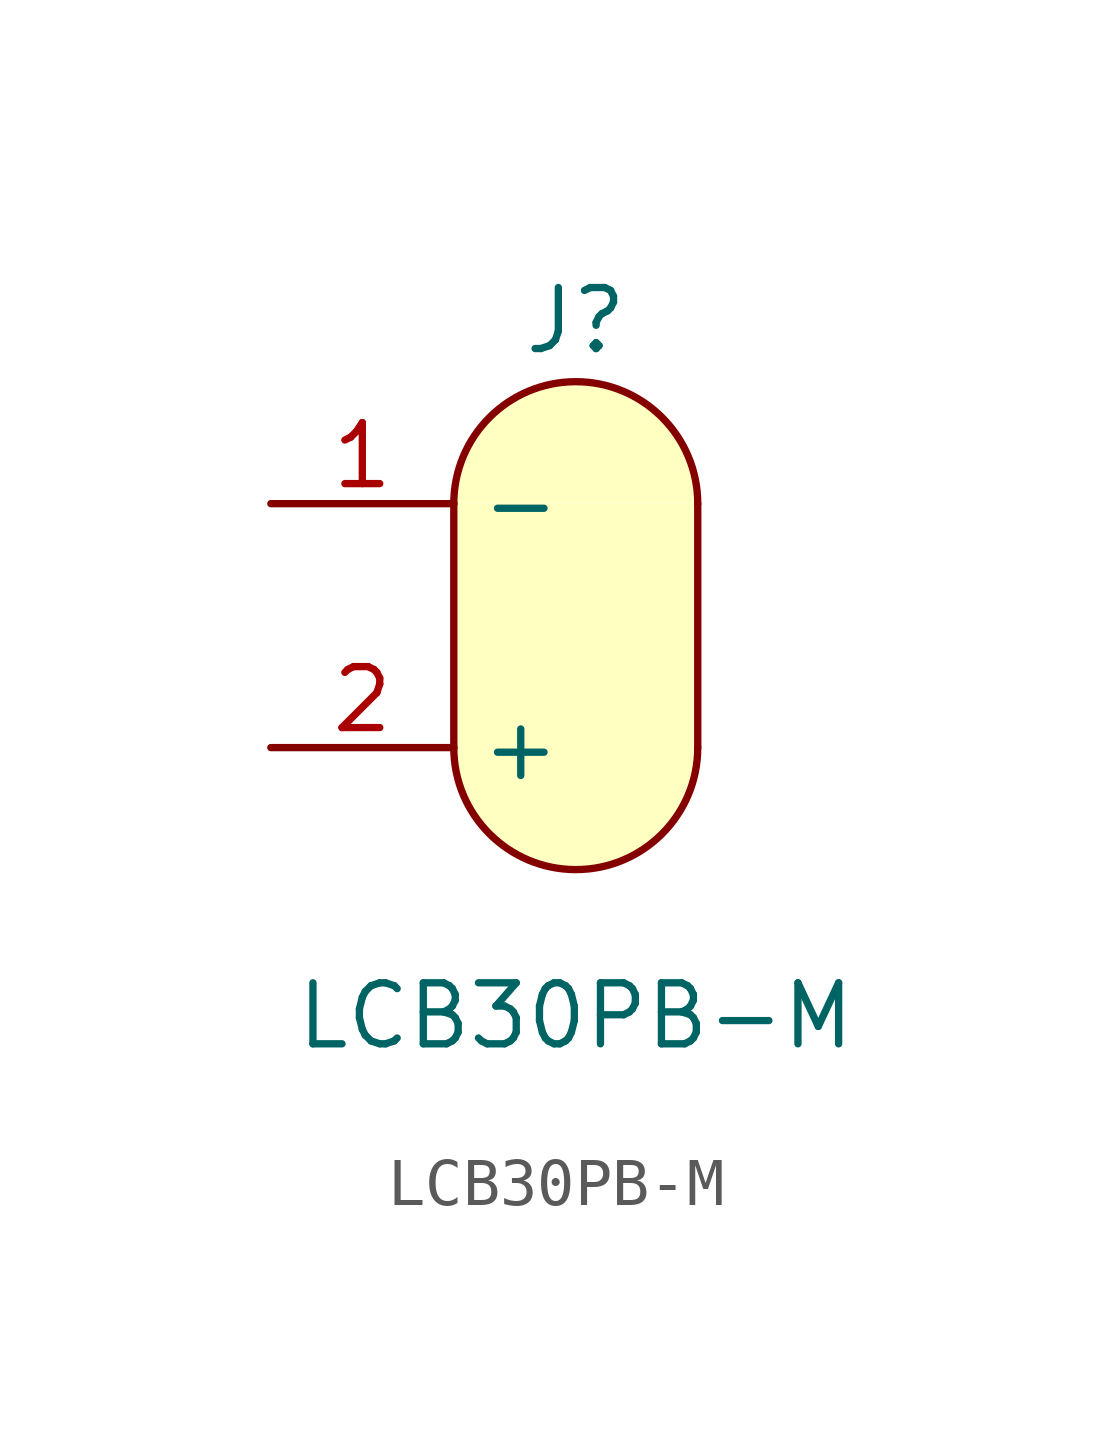
<source format=kicad_sym>
(kicad_symbol_lib
  (version 20231120)
  (generator "kicad_symbol_editor")
  (generator_version "8.0")
  (symbol "LCB30PB-M"
    (property "Reference" "J"
      (at 2.54 5.08 0)
      (effects (font (size 1.27 1.27))))
    (property "Value" "LCB30PB-M"
      (at 2.54 -9.398 0)
      (effects (font (size 1.27 1.27))))
    (symbol "LCB30PB-M_1_1"
      (arc (start 0 -3.81) (mid 2.54 -6.35) (end 5.08 -3.81) (stroke (width 0) (type default)) (fill (type background)))
      (polyline (pts (xy 0 1.27) (xy 0 -3.81)) (stroke (width 0) (type default)) (fill (type background)))
      (polyline (pts (xy 5.08 1.27) (xy 5.08 -3.81)) (stroke (width 0) (type default)) (fill (type background)))
      (rectangle (start 0 1.27) (end 5.08 -3.937) (stroke (width -0.0001) (type default)) (fill (type background)))
      (arc (start 5.08 1.27) (mid 2.54 3.81) (end 0 1.27) (stroke (width 0) (type default)) (fill (type background)))
      (pin passive line (at -3.81 1.27 0) (length 3.81) (name "-" (effects (font (size 1.27 1.27)))) (number "1" (effects (font (size 1.27 1.27)))))
      (pin passive line (at -3.81 -3.81 0) (length 3.81) (name "+" (effects (font (size 1.27 1.27)))) (number "2" (effects (font (size 1.27 1.27))))))))
</source>
